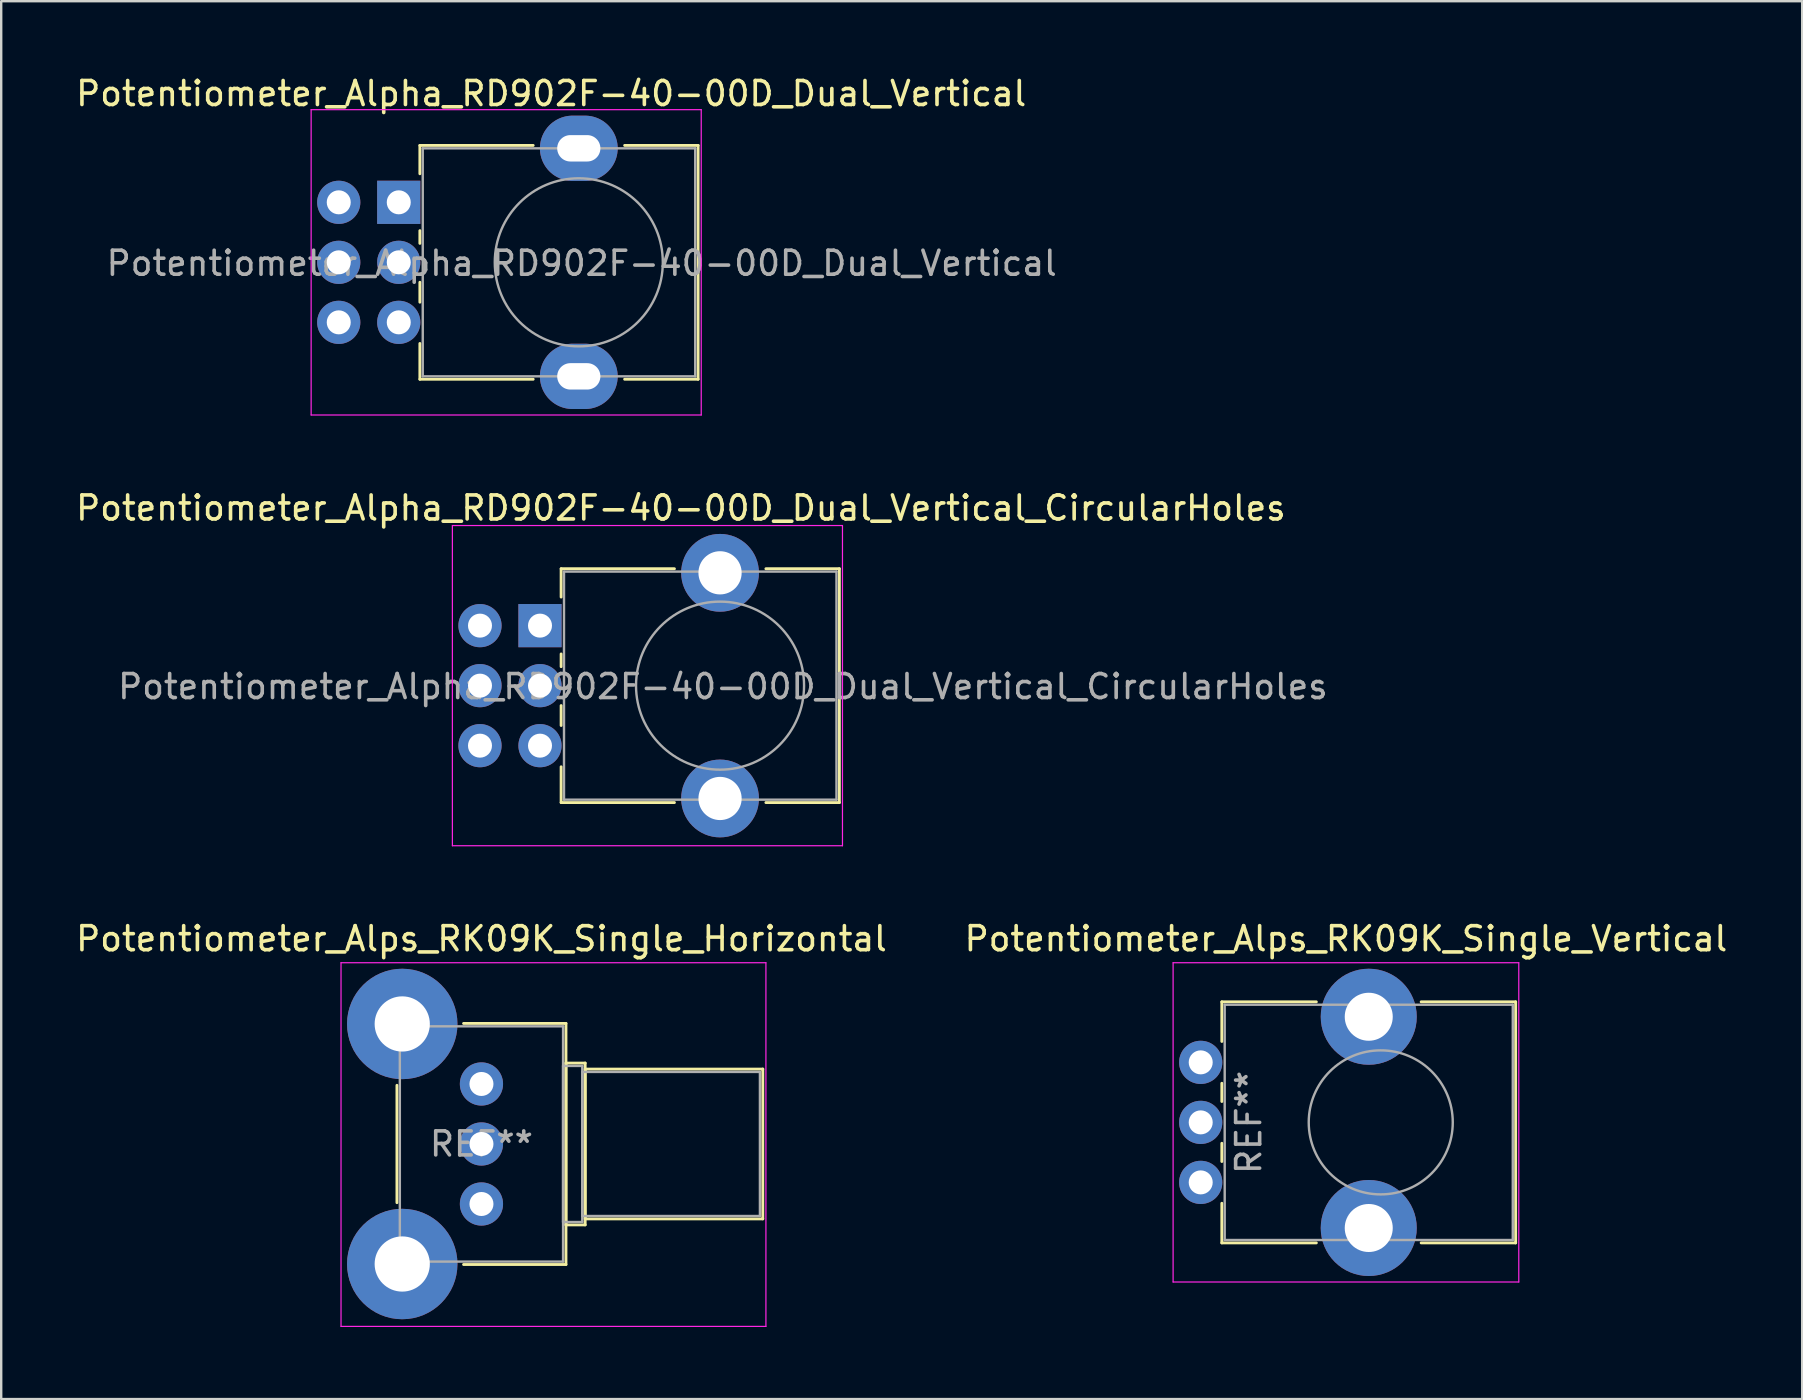
<source format=kicad_pcb>
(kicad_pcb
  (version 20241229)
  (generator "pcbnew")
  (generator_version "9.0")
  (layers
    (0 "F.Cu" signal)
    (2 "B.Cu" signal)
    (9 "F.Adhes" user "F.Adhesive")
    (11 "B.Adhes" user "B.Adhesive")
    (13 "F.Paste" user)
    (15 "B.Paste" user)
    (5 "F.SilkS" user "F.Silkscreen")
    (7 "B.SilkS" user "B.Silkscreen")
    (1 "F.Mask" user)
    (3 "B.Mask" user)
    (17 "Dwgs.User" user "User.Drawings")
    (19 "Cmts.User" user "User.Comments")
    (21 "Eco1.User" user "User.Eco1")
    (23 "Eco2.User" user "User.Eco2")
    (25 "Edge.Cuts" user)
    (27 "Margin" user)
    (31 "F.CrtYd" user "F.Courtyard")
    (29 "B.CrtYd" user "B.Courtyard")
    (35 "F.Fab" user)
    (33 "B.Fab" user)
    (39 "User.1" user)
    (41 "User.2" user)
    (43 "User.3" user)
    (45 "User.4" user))
  (footprint "Potentiometer_Alps_RK09K_Single_Horizontal"
    (layer "F.Cu")
    (at 17.006 47.105)
    (property "Reference" "Potentiometer_Alps_RK09K_Single_Horizontal" (at 0 -11.05 0) (layer "F.SilkS") (effects (font (size 1 1) (thickness 0.15))))
    (attr through_hole)
    (fp_line (start -3.52 -4.944) (end -3.52 -0.055) (stroke (width 0.12) (type solid)) (layer "F.SilkS"))
    (fp_line (start -0.745 -7.521) (end 3.52 -7.521) (stroke (width 0.12) (type solid)) (layer "F.SilkS"))
    (fp_line (start -0.745 2.52) (end 3.52 2.52) (stroke (width 0.12) (type solid)) (layer "F.SilkS"))
    (fp_line (start 3.52 -7.521) (end 3.52 2.52) (stroke (width 0.12) (type solid)) (layer "F.SilkS"))
    (fp_line (start 3.52 -5.87) (end 3.52 0.87) (stroke (width 0.12) (type solid)) (layer "F.SilkS"))
    (fp_line (start 3.52 -5.87) (end 4.32 -5.87) (stroke (width 0.12) (type solid)) (layer "F.SilkS"))
    (fp_line (start 3.52 0.87) (end 4.32 0.87) (stroke (width 0.12) (type solid)) (layer "F.SilkS"))
    (fp_line (start 4.32 -5.87) (end 4.32 0.87) (stroke (width 0.12) (type solid)) (layer "F.SilkS"))
    (fp_line (start 4.32 -5.62) (end 4.32 0.62) (stroke (width 0.12) (type solid)) (layer "F.SilkS"))
    (fp_line (start 4.32 -5.62) (end 11.72 -5.62) (stroke (width 0.12) (type solid)) (layer "F.SilkS"))
    (fp_line (start 4.32 0.62) (end 11.72 0.62) (stroke (width 0.12) (type solid)) (layer "F.SilkS"))
    (fp_line (start 11.72 -5.62) (end 11.72 0.62) (stroke (width 0.12) (type solid)) (layer "F.SilkS"))
    (fp_line (start -5.85 -10.05) (end -5.85 5.1) (stroke (width 0.05) (type solid)) (layer "F.CrtYd"))
    (fp_line (start -5.85 5.1) (end 11.85 5.1) (stroke (width 0.05) (type solid)) (layer "F.CrtYd"))
    (fp_line (start 11.85 -10.05) (end -5.85 -10.05) (stroke (width 0.05) (type solid)) (layer "F.CrtYd"))
    (fp_line (start 11.85 5.1) (end 11.85 -10.05) (stroke (width 0.05) (type solid)) (layer "F.CrtYd"))
    (fp_line (start -3.4 -7.4) (end -3.4 2.4) (stroke (width 0.1) (type solid)) (layer "F.Fab"))
    (fp_line (start -3.4 2.4) (end 3.4 2.4) (stroke (width 0.1) (type solid)) (layer "F.Fab"))
    (fp_line (start 3.4 -7.4) (end -3.4 -7.4) (stroke (width 0.1) (type solid)) (layer "F.Fab"))
    (fp_line (start 3.4 -5.75) (end 3.4 0.75) (stroke (width 0.1) (type solid)) (layer "F.Fab"))
    (fp_line (start 3.4 0.75) (end 4.2 0.75) (stroke (width 0.1) (type solid)) (layer "F.Fab"))
    (fp_line (start 3.4 2.4) (end 3.4 -7.4) (stroke (width 0.1) (type solid)) (layer "F.Fab"))
    (fp_line (start 4.2 -5.75) (end 3.4 -5.75) (stroke (width 0.1) (type solid)) (layer "F.Fab"))
    (fp_line (start 4.2 -5.5) (end 4.2 0.5) (stroke (width 0.1) (type solid)) (layer "F.Fab"))
    (fp_line (start 4.2 0.5) (end 11.6 0.5) (stroke (width 0.1) (type solid)) (layer "F.Fab"))
    (fp_line (start 4.2 0.75) (end 4.2 -5.75) (stroke (width 0.1) (type solid)) (layer "F.Fab"))
    (fp_line (start 11.6 -5.5) (end 4.2 -5.5) (stroke (width 0.1) (type solid)) (layer "F.Fab"))
    (fp_line (start 11.6 0.5) (end 11.6 -5.5) (stroke (width 0.1) (type solid)) (layer "F.Fab"))
    (fp_text user "REF**" (at 0 -2.5 0) (layer "F.Fab") (effects (font (size 1 1) (thickness 0.15))))
    (pad "" thru_hole circle (at -3.3 -7.5) (size 4.6 4.6) (drill 2.3) (layers "*.Cu" "*.Mask"))
    (pad "" thru_hole circle (at -3.3 2.5) (size 4.6 4.6) (drill 2.3) (layers "*.Cu" "*.Mask"))
    (pad "1" thru_hole circle (at 0 0) (size 1.8 1.8) (drill 1) (layers "*.Cu" "*.Mask"))
    (pad "2" thru_hole circle (at 0 -2.5) (size 1.8 1.8) (drill 1) (layers "*.Cu" "*.Mask"))
    (pad "3" thru_hole circle (at 0 -5) (size 1.8 1.8) (drill 1) (layers "*.Cu" "*.Mask")))
  (footprint "Potentiometer_Alps_RK09K_Single_Vertical"
    (layer "F.Cu")
    (at 46.968 46.205)
    (property "Reference" "Potentiometer_Alps_RK09K_Single_Vertical" (at 6.05 -10.15 0) (layer "F.SilkS") (effects (font (size 1 1) (thickness 0.15))))
    (attr through_hole)
    (fp_line (start 0.88 -7.521) (end 0.88 -5.871) (stroke (width 0.12) (type solid)) (layer "F.SilkS"))
    (fp_line (start 0.88 -7.521) (end 4.817 -7.521) (stroke (width 0.12) (type solid)) (layer "F.SilkS"))
    (fp_line (start 0.88 -4.129) (end 0.88 -3.37) (stroke (width 0.12) (type solid)) (layer "F.SilkS"))
    (fp_line (start 0.88 -1.629) (end 0.88 -0.87) (stroke (width 0.12) (type solid)) (layer "F.SilkS"))
    (fp_line (start 0.88 0.87) (end 0.88 2.52) (stroke (width 0.12) (type solid)) (layer "F.SilkS"))
    (fp_line (start 0.88 2.52) (end 4.817 2.52) (stroke (width 0.12) (type solid)) (layer "F.SilkS"))
    (fp_line (start 9.184 -7.521) (end 13.12 -7.521) (stroke (width 0.12) (type solid)) (layer "F.SilkS"))
    (fp_line (start 9.184 2.52) (end 13.12 2.52) (stroke (width 0.12) (type solid)) (layer "F.SilkS"))
    (fp_line (start 13.12 -7.521) (end 13.12 2.52) (stroke (width 0.12) (type solid)) (layer "F.SilkS"))
    (fp_line (start -1.15 -9.15) (end -1.15 4.15) (stroke (width 0.05) (type solid)) (layer "F.CrtYd"))
    (fp_line (start -1.15 4.15) (end 13.25 4.15) (stroke (width 0.05) (type solid)) (layer "F.CrtYd"))
    (fp_line (start 13.25 -9.15) (end -1.15 -9.15) (stroke (width 0.05) (type solid)) (layer "F.CrtYd"))
    (fp_line (start 13.25 4.15) (end 13.25 -9.15) (stroke (width 0.05) (type solid)) (layer "F.CrtYd"))
    (fp_line (start 1 -7.4) (end 1 2.4) (stroke (width 0.1) (type solid)) (layer "F.Fab"))
    (fp_line (start 1 2.4) (end 13 2.4) (stroke (width 0.1) (type solid)) (layer "F.Fab"))
    (fp_line (start 13 -7.4) (end 1 -7.4) (stroke (width 0.1) (type solid)) (layer "F.Fab"))
    (fp_line (start 13 2.4) (end 13 -7.4) (stroke (width 0.1) (type solid)) (layer "F.Fab"))
    (fp_circle (center 7.5 -2.5) (end 10.5 -2.5) (stroke (width 0.1) (type solid)) (fill no) (layer "F.Fab"))
    (fp_text user "REF**" (at 2 -2.5 90) (layer "F.Fab") (effects (font (size 1 1) (thickness 0.15))))
    (pad "" np_thru_hole circle (at 7 -6.9) (size 4 4) (drill 2) (layers "*.Cu" "*.Mask"))
    (pad "" np_thru_hole circle (at 7 1.9) (size 4 4) (drill 2) (layers "*.Cu" "*.Mask"))
    (pad "1" thru_hole circle (at 0 0) (size 1.8 1.8) (drill 1) (layers "*.Cu" "*.Mask"))
    (pad "2" thru_hole circle (at 0 -2.5) (size 1.8 1.8) (drill 1) (layers "*.Cu" "*.Mask"))
    (pad "3" thru_hole circle (at 0 -5) (size 1.8 1.8) (drill 1) (layers "*.Cu" "*.Mask")))
  (footprint "Potentiometer_Alpha_RD902F-40-00D_Dual_Vertical_CircularHoles"
    (layer "F.Cu")
    (at 19.445 23.012)
    (property "Reference" "Potentiometer_Alpha_RD902F-40-00D_Dual_Vertical_CircularHoles" (at 5.87 -4.9 180) (layer "F.SilkS") (effects (font (size 1 1) (thickness 0.15))))
    (attr through_hole)
    (fp_line (start 0.88 -2.37) (end 5.6 -2.37) (stroke (width 0.12) (type solid)) (layer "F.SilkS"))
    (fp_line (start 0.88 -1.19) (end 0.88 -2.37) (stroke (width 0.12) (type solid)) (layer "F.SilkS"))
    (fp_line (start 0.88 1.71) (end 0.88 1.18) (stroke (width 0.12) (type solid)) (layer "F.SilkS"))
    (fp_line (start 0.88 4.16) (end 0.88 3.33) (stroke (width 0.12) (type solid)) (layer "F.SilkS"))
    (fp_line (start 0.88 7.37) (end 0.88 5.88) (stroke (width 0.12) (type solid)) (layer "F.SilkS"))
    (fp_line (start 0.88 7.37) (end 5.6 7.37) (stroke (width 0.12) (type solid)) (layer "F.SilkS"))
    (fp_line (start 9.41 -2.37) (end 12.47 -2.37) (stroke (width 0.12) (type solid)) (layer "F.SilkS"))
    (fp_line (start 9.41 7.37) (end 12.47 7.37) (stroke (width 0.12) (type solid)) (layer "F.SilkS"))
    (fp_line (start 12.47 7.37) (end 12.47 -2.37) (stroke (width 0.12) (type solid)) (layer "F.SilkS"))
    (fp_line (start -3.65 -4.17) (end -3.65 9.17) (stroke (width 0.05) (type solid)) (layer "F.CrtYd"))
    (fp_line (start -3.65 9.17) (end 12.6 9.17) (stroke (width 0.05) (type solid)) (layer "F.CrtYd"))
    (fp_line (start 12.6 -4.17) (end -3.65 -4.17) (stroke (width 0.05) (type solid)) (layer "F.CrtYd"))
    (fp_line (start 12.6 9.17) (end 12.6 -4.17) (stroke (width 0.05) (type solid)) (layer "F.CrtYd"))
    (fp_line (start 1 -2.25) (end 12.35 -2.25) (stroke (width 0.1) (type solid)) (layer "F.Fab"))
    (fp_line (start 1 7.25) (end 1 -2.25) (stroke (width 0.1) (type solid)) (layer "F.Fab"))
    (fp_line (start 1 7.25) (end 12.35 7.25) (stroke (width 0.1) (type solid)) (layer "F.Fab"))
    (fp_line (start 12.35 7.25) (end 12.35 -2.25) (stroke (width 0.1) (type solid)) (layer "F.Fab"))
    (fp_circle (center 7.5 2.5) (end 7.5 -1) (stroke (width 0.1) (type solid)) (fill no) (layer "F.Fab"))
    (fp_text user "${REFERENCE}" (at 7.62 2.54 0) (layer "F.Fab") (effects (font (size 1 1) (thickness 0.15))))
    (pad "" thru_hole circle (at 7.5 -2.2 90) (size 3.24 3.24) (drill 1.8) (layers "*.Cu" "*.Mask"))
    (pad "" thru_hole circle (at 7.5 7.2 90) (size 3.24 3.24) (drill 1.8) (layers "*.Cu" "*.Mask"))
    (pad "1" thru_hole rect (at 0 0 90) (size 1.8 1.8) (drill 1) (layers "*.Cu" "*.Mask"))
    (pad "2" thru_hole circle (at 0 2.5 90) (size 1.8 1.8) (drill 1) (layers "*.Cu" "*.Mask"))
    (pad "3" thru_hole circle (at 0 5 90) (size 1.8 1.8) (drill 1) (layers "*.Cu" "*.Mask"))
    (pad "4" thru_hole circle (at -2.5 0 90) (size 1.8 1.8) (drill 1) (layers "*.Cu" "*.Mask"))
    (pad "5" thru_hole circle (at -2.5 2.5 90) (size 1.8 1.8) (drill 1) (layers "*.Cu" "*.Mask"))
    (pad "6" thru_hole circle (at -2.5 5 90) (size 1.8 1.8) (drill 1) (layers "*.Cu" "*.Mask")))
  (footprint "Potentiometer_Alpha_RD902F-40-00D_Dual_Vertical"
    (layer "F.Cu")
    (at 13.561 5.378)
    (property "Reference" "Potentiometer_Alpha_RD902F-40-00D_Dual_Vertical" (at 6.35 -4.53 180) (layer "F.SilkS") (effects (font (size 1 1) (thickness 0.15))))
    (attr through_hole)
    (fp_line (start 0.88 -2.37) (end 5.6 -2.37) (stroke (width 0.12) (type solid)) (layer "F.SilkS"))
    (fp_line (start 0.88 -1.19) (end 0.88 -2.37) (stroke (width 0.12) (type solid)) (layer "F.SilkS"))
    (fp_line (start 0.88 1.71) (end 0.88 1.18) (stroke (width 0.12) (type solid)) (layer "F.SilkS"))
    (fp_line (start 0.88 4.16) (end 0.88 3.33) (stroke (width 0.12) (type solid)) (layer "F.SilkS"))
    (fp_line (start 0.88 7.37) (end 0.88 5.88) (stroke (width 0.12) (type solid)) (layer "F.SilkS"))
    (fp_line (start 0.88 7.37) (end 5.6 7.37) (stroke (width 0.12) (type solid)) (layer "F.SilkS"))
    (fp_line (start 9.41 -2.37) (end 12.47 -2.37) (stroke (width 0.12) (type solid)) (layer "F.SilkS"))
    (fp_line (start 9.41 7.37) (end 12.47 7.37) (stroke (width 0.12) (type solid)) (layer "F.SilkS"))
    (fp_line (start 12.47 7.37) (end 12.47 -2.37) (stroke (width 0.12) (type solid)) (layer "F.SilkS"))
    (fp_line (start -3.65 -3.86) (end -3.65 8.86) (stroke (width 0.05) (type solid)) (layer "F.CrtYd"))
    (fp_line (start -3.65 8.86) (end 12.6 8.86) (stroke (width 0.05) (type solid)) (layer "F.CrtYd"))
    (fp_line (start 12.6 -3.86) (end -3.65 -3.86) (stroke (width 0.05) (type solid)) (layer "F.CrtYd"))
    (fp_line (start 12.6 8.86) (end 12.6 -3.86) (stroke (width 0.05) (type solid)) (layer "F.CrtYd"))
    (fp_line (start 1 -2.25) (end 12.35 -2.25) (stroke (width 0.1) (type solid)) (layer "F.Fab"))
    (fp_line (start 1 7.25) (end 1 -2.25) (stroke (width 0.1) (type solid)) (layer "F.Fab"))
    (fp_line (start 1 7.25) (end 12.35 7.25) (stroke (width 0.1) (type solid)) (layer "F.Fab"))
    (fp_line (start 12.35 7.25) (end 12.35 -2.25) (stroke (width 0.1) (type solid)) (layer "F.Fab"))
    (fp_circle (center 7.5 2.5) (end 7.5 -1) (stroke (width 0.1) (type solid)) (fill no) (layer "F.Fab"))
    (fp_text user "${REFERENCE}" (at 7.62 2.54 0) (layer "F.Fab") (effects (font (size 1 1) (thickness 0.15))))
    (pad "" thru_hole oval (at 7.5 -2.25 90) (size 2.72 3.24) (drill oval 1.1 1.8) (layers "*.Cu" "*.Mask"))
    (pad "" thru_hole oval (at 7.5 7.25 90) (size 2.72 3.24) (drill oval 1.1 1.8) (layers "*.Cu" "*.Mask"))
    (pad "1" thru_hole rect (at 0 0 90) (size 1.8 1.8) (drill 1) (layers "*.Cu" "*.Mask"))
    (pad "2" thru_hole circle (at 0 2.5 90) (size 1.8 1.8) (drill 1) (layers "*.Cu" "*.Mask"))
    (pad "3" thru_hole circle (at 0 5 90) (size 1.8 1.8) (drill 1) (layers "*.Cu" "*.Mask"))
    (pad "4" thru_hole circle (at -2.5 0 90) (size 1.8 1.8) (drill 1) (layers "*.Cu" "*.Mask"))
    (pad "5" thru_hole circle (at -2.5 2.5 90) (size 1.8 1.8) (drill 1) (layers "*.Cu" "*.Mask"))
    (pad "6" thru_hole circle (at -2.5 5 90) (size 1.8 1.8) (drill 1) (layers "*.Cu" "*.Mask")))
  (gr_rect
    (start -3 -3)
    (end 72.024 55.23)
    (stroke (width 0.1) (type default))
    (fill no)
    (layer "Edge.Cuts")))
</source>
